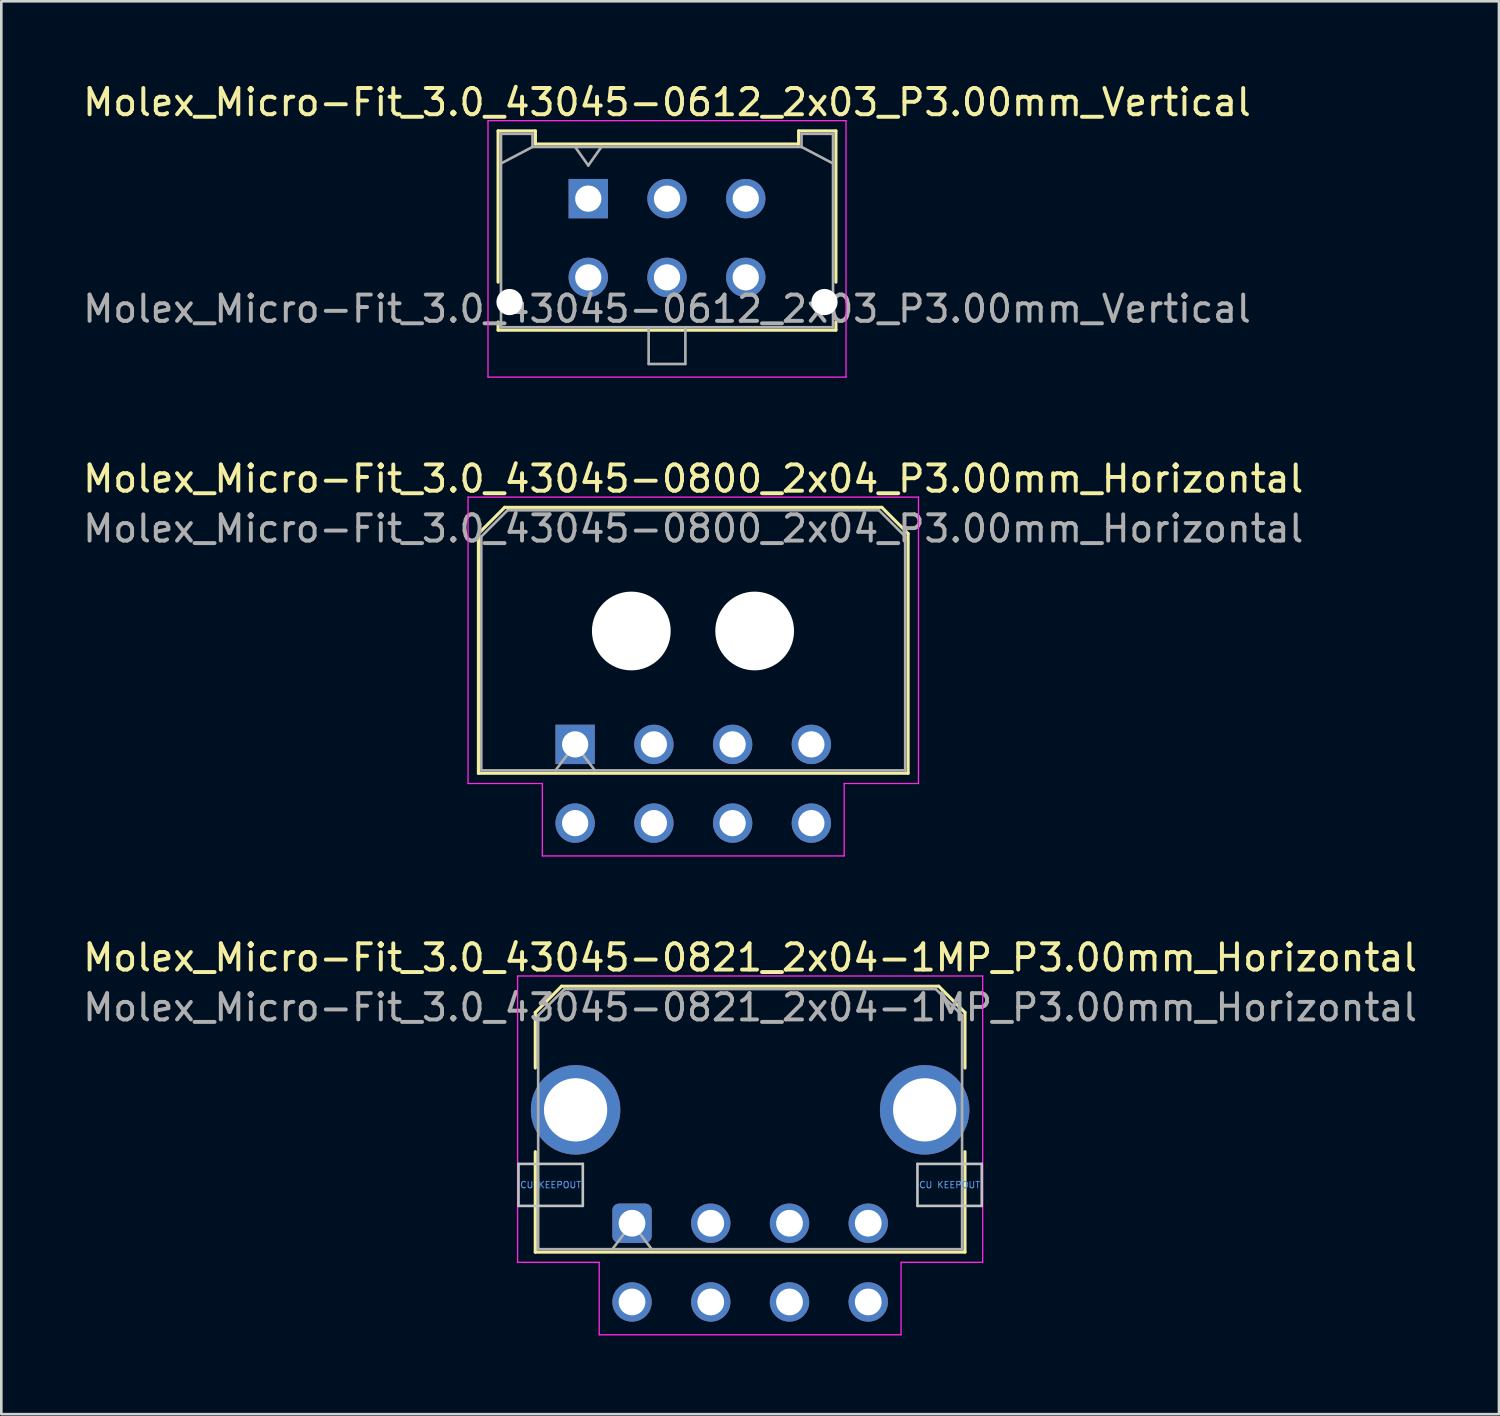
<source format=kicad_pcb>
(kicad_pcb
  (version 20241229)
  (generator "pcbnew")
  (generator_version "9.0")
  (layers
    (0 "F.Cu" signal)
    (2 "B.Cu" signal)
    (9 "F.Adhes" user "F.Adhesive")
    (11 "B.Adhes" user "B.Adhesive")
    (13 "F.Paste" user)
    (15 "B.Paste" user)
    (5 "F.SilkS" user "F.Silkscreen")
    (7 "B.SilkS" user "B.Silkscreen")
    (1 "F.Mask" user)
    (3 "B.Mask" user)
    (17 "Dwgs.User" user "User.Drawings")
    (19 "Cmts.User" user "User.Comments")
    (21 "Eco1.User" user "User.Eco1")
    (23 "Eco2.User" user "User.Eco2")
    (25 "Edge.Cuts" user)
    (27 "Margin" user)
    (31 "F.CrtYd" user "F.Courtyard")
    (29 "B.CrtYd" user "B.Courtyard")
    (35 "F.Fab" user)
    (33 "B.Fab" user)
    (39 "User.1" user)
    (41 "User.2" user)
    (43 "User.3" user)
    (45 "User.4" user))
  (footprint "Molex_Micro-Fit_3.0_43045-0800_2x04_P3.00mm_Horizontal"
    (layer "F.Cu")
    (at 18.863 25.311)
    (property "Reference" "Molex_Micro-Fit_3.0_43045-0800_2x04_P3.00mm_Horizontal" (at 4.5 -10.12 0) (layer "F.SilkS") (effects (font (size 1 1) (thickness 0.15))))
    (attr through_hole)
    (fp_line (start -3.685 -8.03) (end -2.685 -9.03) (stroke (width 0.12) (type solid)) (layer "F.SilkS"))
    (fp_line (start -3.685 1.1) (end -3.685 -8.03) (stroke (width 0.12) (type solid)) (layer "F.SilkS"))
    (fp_line (start -2.685 -9.03) (end 11.685 -9.03) (stroke (width 0.12) (type solid)) (layer "F.SilkS"))
    (fp_line (start 11.685 -9.03) (end 12.685 -8.03) (stroke (width 0.12) (type solid)) (layer "F.SilkS"))
    (fp_line (start 12.685 -8.03) (end 12.685 1.1) (stroke (width 0.12) (type solid)) (layer "F.SilkS"))
    (fp_line (start 12.685 1.1) (end -3.685 1.1) (stroke (width 0.12) (type solid)) (layer "F.SilkS"))
    (fp_line (start -4.08 -9.42) (end 13.08 -9.42) (stroke (width 0.05) (type solid)) (layer "F.CrtYd"))
    (fp_line (start -4.08 1.49) (end -4.08 -9.42) (stroke (width 0.05) (type solid)) (layer "F.CrtYd"))
    (fp_line (start -1.25 1.49) (end -4.08 1.49) (stroke (width 0.05) (type solid)) (layer "F.CrtYd"))
    (fp_line (start -1.25 4.25) (end -1.25 1.49) (stroke (width 0.05) (type solid)) (layer "F.CrtYd"))
    (fp_line (start 10.25 1.49) (end 10.25 4.25) (stroke (width 0.05) (type solid)) (layer "F.CrtYd"))
    (fp_line (start 10.25 4.25) (end -1.25 4.25) (stroke (width 0.05) (type solid)) (layer "F.CrtYd"))
    (fp_line (start 13.08 -9.42) (end 13.08 1.49) (stroke (width 0.05) (type solid)) (layer "F.CrtYd"))
    (fp_line (start 13.08 1.49) (end 10.25 1.49) (stroke (width 0.05) (type solid)) (layer "F.CrtYd"))
    (fp_line (start -3.575 -7.92) (end -2.575 -8.92) (stroke (width 0.1) (type solid)) (layer "F.Fab"))
    (fp_line (start -3.575 0.99) (end -3.575 -7.92) (stroke (width 0.1) (type solid)) (layer "F.Fab"))
    (fp_line (start -2.575 -8.92) (end 11.575 -8.92) (stroke (width 0.1) (type solid)) (layer "F.Fab"))
    (fp_line (start -0.75 0.99) (end 0 0) (stroke (width 0.1) (type solid)) (layer "F.Fab"))
    (fp_line (start 0 0) (end 0.75 0.99) (stroke (width 0.1) (type solid)) (layer "F.Fab"))
    (fp_line (start 11.575 -8.92) (end 12.575 -7.92) (stroke (width 0.1) (type solid)) (layer "F.Fab"))
    (fp_line (start 12.575 -7.92) (end 12.575 0.99) (stroke (width 0.1) (type solid)) (layer "F.Fab"))
    (fp_line (start 12.575 0.99) (end -3.575 0.99) (stroke (width 0.1) (type solid)) (layer "F.Fab"))
    (fp_text user "${REFERENCE}" (at 4.5 -8.22 0) (layer "F.Fab") (effects (font (size 1 1) (thickness 0.15))))
    (pad "" np_thru_hole circle (at 2.14 -4.32) (size 3 3) (drill 3) (layers "*.Cu" "*.Mask"))
    (pad "" np_thru_hole circle (at 6.84 -4.32) (size 3 3) (drill 3) (layers "*.Cu" "*.Mask"))
    (pad "1" thru_hole rect (at 0 0) (size 1.5 1.5) (drill 1) (layers "*.Cu" "*.Mask"))
    (pad "2" thru_hole circle (at 3 0) (size 1.5 1.5) (drill 1) (layers "*.Cu" "*.Mask"))
    (pad "3" thru_hole circle (at 6 0) (size 1.5 1.5) (drill 1) (layers "*.Cu" "*.Mask"))
    (pad "4" thru_hole circle (at 9 0) (size 1.5 1.5) (drill 1) (layers "*.Cu" "*.Mask"))
    (pad "5" thru_hole circle (at 0 3) (size 1.5 1.5) (drill 1) (layers "*.Cu" "*.Mask"))
    (pad "6" thru_hole circle (at 3 3) (size 1.5 1.5) (drill 1) (layers "*.Cu" "*.Mask"))
    (pad "7" thru_hole circle (at 6 3) (size 1.5 1.5) (drill 1) (layers "*.Cu" "*.Mask"))
    (pad "8" thru_hole circle (at 9 3) (size 1.5 1.5) (drill 1) (layers "*.Cu" "*.Mask")))
  (footprint "Molex_Micro-Fit_3.0_43045-0612_2x03_P3.00mm_Vertical"
    (layer "F.Cu")
    (at 19.363 4.518)
    (property "Reference" "Molex_Micro-Fit_3.0_43045-0612_2x03_P3.00mm_Vertical" (at 3 -3.67 0) (layer "F.SilkS") (effects (font (size 1 1) (thickness 0.15))))
    (attr through_hole)
    (fp_line (start -3.435 -2.58) (end -2.015 -2.58) (stroke (width 0.12) (type solid)) (layer "F.SilkS"))
    (fp_line (start -3.435 3.18) (end -3.435 -2.58) (stroke (width 0.12) (type solid)) (layer "F.SilkS"))
    (fp_line (start -3.435 4.7) (end -3.435 5.01) (stroke (width 0.12) (type solid)) (layer "F.SilkS"))
    (fp_line (start -3.435 5.01) (end 9.435 5.01) (stroke (width 0.12) (type solid)) (layer "F.SilkS"))
    (fp_line (start -2.015 -2.58) (end -2.015 -2.08) (stroke (width 0.12) (type solid)) (layer "F.SilkS"))
    (fp_line (start -2.015 -2.08) (end 8.015 -2.08) (stroke (width 0.12) (type solid)) (layer "F.SilkS"))
    (fp_line (start 8.015 -2.58) (end 9.435 -2.58) (stroke (width 0.12) (type solid)) (layer "F.SilkS"))
    (fp_line (start 8.015 -2.08) (end 8.015 -2.58) (stroke (width 0.12) (type solid)) (layer "F.SilkS"))
    (fp_line (start 9.435 -2.58) (end 9.435 3.18) (stroke (width 0.12) (type solid)) (layer "F.SilkS"))
    (fp_line (start 9.435 5.01) (end 9.435 4.7) (stroke (width 0.12) (type solid)) (layer "F.SilkS"))
    (fp_line (start -3.82 -2.97) (end 9.82 -2.97) (stroke (width 0.05) (type solid)) (layer "F.CrtYd"))
    (fp_line (start -3.82 6.8) (end -3.82 -2.97) (stroke (width 0.05) (type solid)) (layer "F.CrtYd"))
    (fp_line (start 9.82 -2.97) (end 9.82 6.8) (stroke (width 0.05) (type solid)) (layer "F.CrtYd"))
    (fp_line (start 9.82 6.8) (end -3.82 6.8) (stroke (width 0.05) (type solid)) (layer "F.CrtYd"))
    (fp_line (start -3.325 -2.47) (end -3.325 4.9) (stroke (width 0.1) (type solid)) (layer "F.Fab"))
    (fp_line (start -3.325 -1.34) (end -2.125 -1.97) (stroke (width 0.1) (type solid)) (layer "F.Fab"))
    (fp_line (start -3.325 4.9) (end 9.325 4.9) (stroke (width 0.1) (type solid)) (layer "F.Fab"))
    (fp_line (start -2.125 -2.47) (end -3.325 -2.47) (stroke (width 0.1) (type solid)) (layer "F.Fab"))
    (fp_line (start -2.125 -1.97) (end -2.125 -2.47) (stroke (width 0.1) (type solid)) (layer "F.Fab"))
    (fp_line (start -0.5 -1.97) (end 0 -1.263) (stroke (width 0.1) (type solid)) (layer "F.Fab"))
    (fp_line (start 0 -1.263) (end 0.5 -1.97) (stroke (width 0.1) (type solid)) (layer "F.Fab"))
    (fp_line (start 2.3 4.9) (end 2.3 6.3) (stroke (width 0.1) (type solid)) (layer "F.Fab"))
    (fp_line (start 2.3 6.3) (end 3.7 6.3) (stroke (width 0.1) (type solid)) (layer "F.Fab"))
    (fp_line (start 3.7 6.3) (end 3.7 4.9) (stroke (width 0.1) (type solid)) (layer "F.Fab"))
    (fp_line (start 8.125 -2.47) (end 8.125 -1.97) (stroke (width 0.1) (type solid)) (layer "F.Fab"))
    (fp_line (start 8.125 -1.97) (end -2.125 -1.97) (stroke (width 0.1) (type solid)) (layer "F.Fab"))
    (fp_line (start 9.325 -2.47) (end 8.125 -2.47) (stroke (width 0.1) (type solid)) (layer "F.Fab"))
    (fp_line (start 9.325 -1.34) (end 8.125 -1.97) (stroke (width 0.1) (type solid)) (layer "F.Fab"))
    (fp_line (start 9.325 4.9) (end 9.325 -2.47) (stroke (width 0.1) (type solid)) (layer "F.Fab"))
    (fp_text user "${REFERENCE}" (at 3 4.2 0) (layer "F.Fab") (effects (font (size 1 1) (thickness 0.15))))
    (pad "" np_thru_hole circle (at -3 3.94) (size 1 1) (drill 1) (layers "*.Cu" "*.Mask"))
    (pad "" np_thru_hole circle (at 9 3.94) (size 1 1) (drill 1) (layers "*.Cu" "*.Mask"))
    (pad "1" thru_hole rect (at 0 0) (size 1.5 1.5) (drill 1) (layers "*.Cu" "*.Mask"))
    (pad "2" thru_hole circle (at 3 0) (size 1.5 1.5) (drill 1) (layers "*.Cu" "*.Mask"))
    (pad "3" thru_hole circle (at 6 0) (size 1.5 1.5) (drill 1) (layers "*.Cu" "*.Mask"))
    (pad "4" thru_hole circle (at 0 3) (size 1.5 1.5) (drill 1) (layers "*.Cu" "*.Mask"))
    (pad "5" thru_hole circle (at 3 3) (size 1.5 1.5) (drill 1) (layers "*.Cu" "*.Mask"))
    (pad "6" thru_hole circle (at 6 3) (size 1.5 1.5) (drill 1) (layers "*.Cu" "*.Mask")))
  (footprint "Molex_Micro-Fit_3.0_43045-0821_2x04-1MP_P3.00mm_Horizontal"
    (layer "F.Cu")
    (at 21.03 43.555)
    (property "Reference" "Molex_Micro-Fit_3.0_43045-0821_2x04-1MP_P3.00mm_Horizontal" (at 4.5 -10.12 0) (layer "F.SilkS") (effects (font (size 1 1) (thickness 0.15))))
    (attr through_hole)
    (fp_line (start -3.685 -8.03) (end -2.685 -9.03) (stroke (width 0.12) (type solid)) (layer "F.SilkS"))
    (fp_line (start -3.685 -5.915) (end -3.685 -8.03) (stroke (width 0.12) (type solid)) (layer "F.SilkS"))
    (fp_line (start -3.685 -2.725) (end -3.685 1.1) (stroke (width 0.12) (type solid)) (layer "F.SilkS"))
    (fp_line (start -3.685 1.1) (end 12.685 1.1) (stroke (width 0.12) (type solid)) (layer "F.SilkS"))
    (fp_line (start -2.685 -9.03) (end 11.685 -9.03) (stroke (width 0.12) (type solid)) (layer "F.SilkS"))
    (fp_line (start 11.685 -9.03) (end 12.685 -8.03) (stroke (width 0.12) (type solid)) (layer "F.SilkS"))
    (fp_line (start 12.685 -8.03) (end 12.685 -5.915) (stroke (width 0.12) (type solid)) (layer "F.SilkS"))
    (fp_line (start 12.685 1.1) (end 12.685 -2.725) (stroke (width 0.12) (type solid)) (layer "F.SilkS"))
    (fp_line (start -4.325 -2.26) (end -4.325 -0.66) (stroke (width 0.1) (type solid)) (layer "Dwgs.User"))
    (fp_line (start -4.325 -0.66) (end -1.875 -0.66) (stroke (width 0.1) (type solid)) (layer "Dwgs.User"))
    (fp_line (start -1.875 -2.26) (end -4.325 -2.26) (stroke (width 0.1) (type solid)) (layer "Dwgs.User"))
    (fp_line (start -1.875 -0.66) (end -1.875 -2.26) (stroke (width 0.1) (type solid)) (layer "Dwgs.User"))
    (fp_line (start 10.875 -2.26) (end 10.875 -0.66) (stroke (width 0.1) (type solid)) (layer "Dwgs.User"))
    (fp_line (start 10.875 -0.66) (end 13.325 -0.66) (stroke (width 0.1) (type solid)) (layer "Dwgs.User"))
    (fp_line (start 13.325 -2.26) (end 10.875 -2.26) (stroke (width 0.1) (type solid)) (layer "Dwgs.User"))
    (fp_line (start 13.325 -0.66) (end 13.325 -2.26) (stroke (width 0.1) (type solid)) (layer "Dwgs.User"))
    (fp_line (start -4.36 -9.42) (end 13.36 -9.42) (stroke (width 0.05) (type solid)) (layer "F.CrtYd"))
    (fp_line (start -4.36 1.49) (end -4.36 -9.42) (stroke (width 0.05) (type solid)) (layer "F.CrtYd"))
    (fp_line (start -1.25 1.49) (end -4.36 1.49) (stroke (width 0.05) (type solid)) (layer "F.CrtYd"))
    (fp_line (start -1.25 4.25) (end -1.25 1.49) (stroke (width 0.05) (type solid)) (layer "F.CrtYd"))
    (fp_line (start 10.25 1.49) (end 10.25 4.25) (stroke (width 0.05) (type solid)) (layer "F.CrtYd"))
    (fp_line (start 10.25 4.25) (end -1.25 4.25) (stroke (width 0.05) (type solid)) (layer "F.CrtYd"))
    (fp_line (start 13.36 -9.42) (end 13.36 1.49) (stroke (width 0.05) (type solid)) (layer "F.CrtYd"))
    (fp_line (start 13.36 1.49) (end 10.25 1.49) (stroke (width 0.05) (type solid)) (layer "F.CrtYd"))
    (fp_line (start -3.575 -7.92) (end -2.575 -8.92) (stroke (width 0.1) (type solid)) (layer "F.Fab"))
    (fp_line (start -3.575 0.99) (end -3.575 -7.92) (stroke (width 0.1) (type solid)) (layer "F.Fab"))
    (fp_line (start -2.575 -8.92) (end 11.575 -8.92) (stroke (width 0.1) (type solid)) (layer "F.Fab"))
    (fp_line (start -0.75 0.99) (end 0 0) (stroke (width 0.1) (type solid)) (layer "F.Fab"))
    (fp_line (start 0 0) (end 0.75 0.99) (stroke (width 0.1) (type solid)) (layer "F.Fab"))
    (fp_line (start 11.575 -8.92) (end 12.575 -7.92) (stroke (width 0.1) (type solid)) (layer "F.Fab"))
    (fp_line (start 12.575 -7.92) (end 12.575 0.99) (stroke (width 0.1) (type solid)) (layer "F.Fab"))
    (fp_line (start 12.575 0.99) (end -3.575 0.99) (stroke (width 0.1) (type solid)) (layer "F.Fab"))
    (fp_text user "CU KEEPOUT" (at 12.1 -1.46 0) (layer "Cmts.User") (effects (font (size 0.245 0.245) (thickness 0.037))))
    (fp_text user "CU KEEPOUT" (at -3.1 -1.46 0) (layer "Cmts.User") (effects (font (size 0.245 0.245) (thickness 0.037))))
    (fp_text user "${REFERENCE}" (at 4.5 -8.22 0) (layer "F.Fab") (effects (font (size 1 1) (thickness 0.15))))
    (pad "1" thru_hole roundrect (at 0 0) (size 1.5 1.5) (drill 1.02) (layers "*.Cu" "*.Mask") (roundrect_rratio 0.167))
    (pad "2" thru_hole circle (at 3 0) (size 1.5 1.5) (drill 1.02) (layers "*.Cu" "*.Mask"))
    (pad "3" thru_hole circle (at 6 0) (size 1.5 1.5) (drill 1.02) (layers "*.Cu" "*.Mask"))
    (pad "4" thru_hole circle (at 9 0) (size 1.5 1.5) (drill 1.02) (layers "*.Cu" "*.Mask"))
    (pad "5" thru_hole circle (at 0 3) (size 1.5 1.5) (drill 1.02) (layers "*.Cu" "*.Mask"))
    (pad "6" thru_hole circle (at 3 3) (size 1.5 1.5) (drill 1.02) (layers "*.Cu" "*.Mask"))
    (pad "7" thru_hole circle (at 6 3) (size 1.5 1.5) (drill 1.02) (layers "*.Cu" "*.Mask"))
    (pad "8" thru_hole circle (at 9 3) (size 1.5 1.5) (drill 1.02) (layers "*.Cu" "*.Mask"))
    (pad "MP" thru_hole circle (at -2.15 -4.32) (size 3.41 3.41) (drill 2.41) (layers "*.Cu" "*.Mask"))
    (pad "MP" thru_hole circle (at 11.15 -4.32) (size 3.41 3.41) (drill 2.41) (layers "*.Cu" "*.Mask")))
  (gr_rect
    (start -3 -3)
    (end 54.06 50.83)
    (stroke (width 0.1) (type default))
    (fill no)
    (layer "Edge.Cuts")))
</source>
